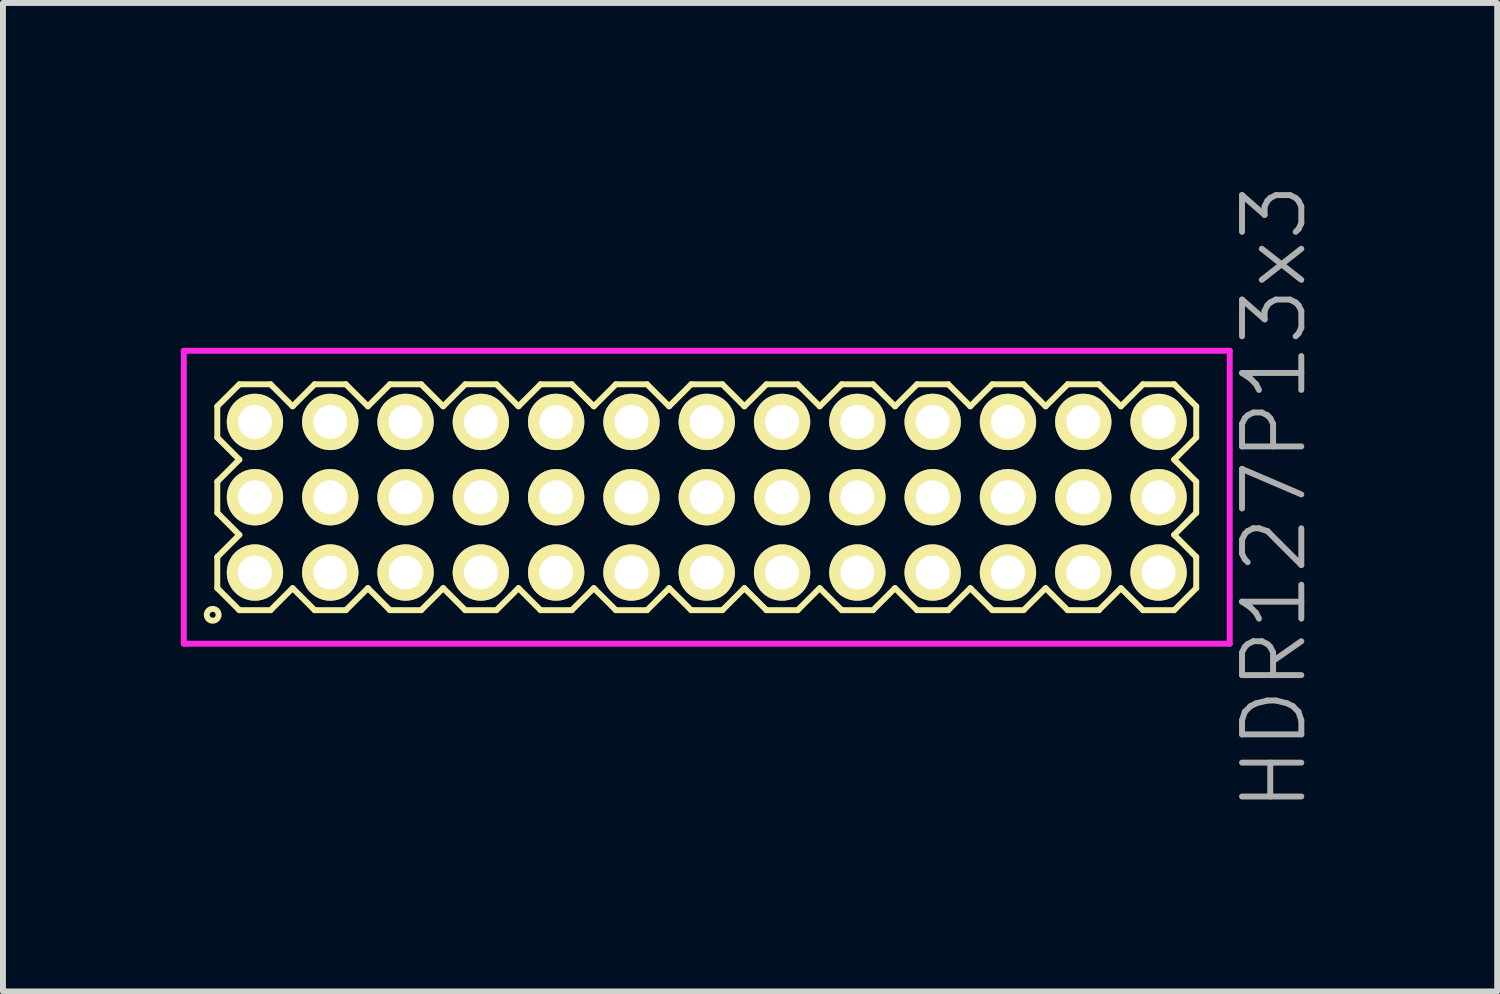
<source format=kicad_pcb>
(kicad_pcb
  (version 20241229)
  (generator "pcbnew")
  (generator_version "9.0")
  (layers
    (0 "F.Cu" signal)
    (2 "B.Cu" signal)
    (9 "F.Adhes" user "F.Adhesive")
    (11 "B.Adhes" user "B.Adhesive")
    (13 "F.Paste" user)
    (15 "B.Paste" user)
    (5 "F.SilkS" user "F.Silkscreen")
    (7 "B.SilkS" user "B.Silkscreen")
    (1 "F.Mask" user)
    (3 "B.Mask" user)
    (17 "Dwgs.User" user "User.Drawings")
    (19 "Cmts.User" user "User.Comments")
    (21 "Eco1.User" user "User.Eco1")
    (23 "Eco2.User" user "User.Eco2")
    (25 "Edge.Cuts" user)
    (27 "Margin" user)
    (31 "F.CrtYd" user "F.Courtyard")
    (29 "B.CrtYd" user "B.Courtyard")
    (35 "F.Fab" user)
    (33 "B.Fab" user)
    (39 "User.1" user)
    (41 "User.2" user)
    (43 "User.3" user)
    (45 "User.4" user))
  (footprint "HDR127P13x3"
    (layer "F.Cu")
    (at 8.87 5.336)
    (property "Reference" "HDR127P13x3" (at 9.57 0 90) (layer "F.Fab") (effects (font (size 1 1) (thickness 0.1))))
    (attr through_hole)
    (fp_line (start -8.255 -1.533) (end -7.883 -1.905) (stroke (width 0.1) (type solid)) (layer "F.SilkS"))
    (fp_line (start -8.255 -1.007) (end -8.255 -1.533) (stroke (width 0.1) (type solid)) (layer "F.SilkS"))
    (fp_line (start -8.255 -0.263) (end -7.883 -0.635) (stroke (width 0.1) (type solid)) (layer "F.SilkS"))
    (fp_line (start -8.255 0.263) (end -8.255 -0.263) (stroke (width 0.1) (type solid)) (layer "F.SilkS"))
    (fp_line (start -8.255 1.007) (end -7.883 0.635) (stroke (width 0.1) (type solid)) (layer "F.SilkS"))
    (fp_line (start -8.255 1.533) (end -8.255 1.007) (stroke (width 0.1) (type solid)) (layer "F.SilkS"))
    (fp_line (start -7.883 -1.905) (end -7.357 -1.905) (stroke (width 0.1) (type solid)) (layer "F.SilkS"))
    (fp_line (start -7.883 -0.635) (end -8.255 -1.007) (stroke (width 0.1) (type solid)) (layer "F.SilkS"))
    (fp_line (start -7.883 0.635) (end -8.255 0.263) (stroke (width 0.1) (type solid)) (layer "F.SilkS"))
    (fp_line (start -7.883 1.905) (end -8.255 1.533) (stroke (width 0.1) (type solid)) (layer "F.SilkS"))
    (fp_line (start -7.357 -1.905) (end -6.985 -1.533) (stroke (width 0.1) (type solid)) (layer "F.SilkS"))
    (fp_line (start -7.357 1.905) (end -7.883 1.905) (stroke (width 0.1) (type solid)) (layer "F.SilkS"))
    (fp_line (start -6.985 -1.533) (end -6.613 -1.905) (stroke (width 0.1) (type solid)) (layer "F.SilkS"))
    (fp_line (start -6.985 1.533) (end -7.357 1.905) (stroke (width 0.1) (type solid)) (layer "F.SilkS"))
    (fp_line (start -6.613 -1.905) (end -6.087 -1.905) (stroke (width 0.1) (type solid)) (layer "F.SilkS"))
    (fp_line (start -6.613 1.905) (end -6.985 1.533) (stroke (width 0.1) (type solid)) (layer "F.SilkS"))
    (fp_line (start -6.087 -1.905) (end -5.715 -1.533) (stroke (width 0.1) (type solid)) (layer "F.SilkS"))
    (fp_line (start -6.087 1.905) (end -6.613 1.905) (stroke (width 0.1) (type solid)) (layer "F.SilkS"))
    (fp_line (start -5.715 -1.533) (end -5.343 -1.905) (stroke (width 0.1) (type solid)) (layer "F.SilkS"))
    (fp_line (start -5.715 1.533) (end -6.087 1.905) (stroke (width 0.1) (type solid)) (layer "F.SilkS"))
    (fp_line (start -5.343 -1.905) (end -4.817 -1.905) (stroke (width 0.1) (type solid)) (layer "F.SilkS"))
    (fp_line (start -5.343 1.905) (end -5.715 1.533) (stroke (width 0.1) (type solid)) (layer "F.SilkS"))
    (fp_line (start -4.817 -1.905) (end -4.445 -1.533) (stroke (width 0.1) (type solid)) (layer "F.SilkS"))
    (fp_line (start -4.817 1.905) (end -5.343 1.905) (stroke (width 0.1) (type solid)) (layer "F.SilkS"))
    (fp_line (start -4.445 -1.533) (end -4.073 -1.905) (stroke (width 0.1) (type solid)) (layer "F.SilkS"))
    (fp_line (start -4.445 1.533) (end -4.817 1.905) (stroke (width 0.1) (type solid)) (layer "F.SilkS"))
    (fp_line (start -4.073 -1.905) (end -3.547 -1.905) (stroke (width 0.1) (type solid)) (layer "F.SilkS"))
    (fp_line (start -4.073 1.905) (end -4.445 1.533) (stroke (width 0.1) (type solid)) (layer "F.SilkS"))
    (fp_line (start -3.547 -1.905) (end -3.175 -1.533) (stroke (width 0.1) (type solid)) (layer "F.SilkS"))
    (fp_line (start -3.547 1.905) (end -4.073 1.905) (stroke (width 0.1) (type solid)) (layer "F.SilkS"))
    (fp_line (start -3.175 -1.533) (end -2.803 -1.905) (stroke (width 0.1) (type solid)) (layer "F.SilkS"))
    (fp_line (start -3.175 1.533) (end -3.547 1.905) (stroke (width 0.1) (type solid)) (layer "F.SilkS"))
    (fp_line (start -2.803 -1.905) (end -2.277 -1.905) (stroke (width 0.1) (type solid)) (layer "F.SilkS"))
    (fp_line (start -2.803 1.905) (end -3.175 1.533) (stroke (width 0.1) (type solid)) (layer "F.SilkS"))
    (fp_line (start -2.277 -1.905) (end -1.905 -1.533) (stroke (width 0.1) (type solid)) (layer "F.SilkS"))
    (fp_line (start -2.277 1.905) (end -2.803 1.905) (stroke (width 0.1) (type solid)) (layer "F.SilkS"))
    (fp_line (start -1.905 -1.533) (end -1.533 -1.905) (stroke (width 0.1) (type solid)) (layer "F.SilkS"))
    (fp_line (start -1.905 1.533) (end -2.277 1.905) (stroke (width 0.1) (type solid)) (layer "F.SilkS"))
    (fp_line (start -1.533 -1.905) (end -1.007 -1.905) (stroke (width 0.1) (type solid)) (layer "F.SilkS"))
    (fp_line (start -1.533 1.905) (end -1.905 1.533) (stroke (width 0.1) (type solid)) (layer "F.SilkS"))
    (fp_line (start -1.007 -1.905) (end -0.635 -1.533) (stroke (width 0.1) (type solid)) (layer "F.SilkS"))
    (fp_line (start -1.007 1.905) (end -1.533 1.905) (stroke (width 0.1) (type solid)) (layer "F.SilkS"))
    (fp_line (start -0.635 -1.533) (end -0.263 -1.905) (stroke (width 0.1) (type solid)) (layer "F.SilkS"))
    (fp_line (start -0.635 1.533) (end -1.007 1.905) (stroke (width 0.1) (type solid)) (layer "F.SilkS"))
    (fp_line (start -0.263 -1.905) (end 0.263 -1.905) (stroke (width 0.1) (type solid)) (layer "F.SilkS"))
    (fp_line (start -0.263 1.905) (end -0.635 1.533) (stroke (width 0.1) (type solid)) (layer "F.SilkS"))
    (fp_line (start 0.263 -1.905) (end 0.635 -1.533) (stroke (width 0.1) (type solid)) (layer "F.SilkS"))
    (fp_line (start 0.263 1.905) (end -0.263 1.905) (stroke (width 0.1) (type solid)) (layer "F.SilkS"))
    (fp_line (start 0.635 -1.533) (end 1.007 -1.905) (stroke (width 0.1) (type solid)) (layer "F.SilkS"))
    (fp_line (start 0.635 1.533) (end 0.263 1.905) (stroke (width 0.1) (type solid)) (layer "F.SilkS"))
    (fp_line (start 1.007 -1.905) (end 1.533 -1.905) (stroke (width 0.1) (type solid)) (layer "F.SilkS"))
    (fp_line (start 1.007 1.905) (end 0.635 1.533) (stroke (width 0.1) (type solid)) (layer "F.SilkS"))
    (fp_line (start 1.533 -1.905) (end 1.905 -1.533) (stroke (width 0.1) (type solid)) (layer "F.SilkS"))
    (fp_line (start 1.533 1.905) (end 1.007 1.905) (stroke (width 0.1) (type solid)) (layer "F.SilkS"))
    (fp_line (start 1.905 -1.533) (end 2.277 -1.905) (stroke (width 0.1) (type solid)) (layer "F.SilkS"))
    (fp_line (start 1.905 1.533) (end 1.533 1.905) (stroke (width 0.1) (type solid)) (layer "F.SilkS"))
    (fp_line (start 2.277 -1.905) (end 2.803 -1.905) (stroke (width 0.1) (type solid)) (layer "F.SilkS"))
    (fp_line (start 2.277 1.905) (end 1.905 1.533) (stroke (width 0.1) (type solid)) (layer "F.SilkS"))
    (fp_line (start 2.803 -1.905) (end 3.175 -1.533) (stroke (width 0.1) (type solid)) (layer "F.SilkS"))
    (fp_line (start 2.803 1.905) (end 2.277 1.905) (stroke (width 0.1) (type solid)) (layer "F.SilkS"))
    (fp_line (start 3.175 -1.533) (end 3.547 -1.905) (stroke (width 0.1) (type solid)) (layer "F.SilkS"))
    (fp_line (start 3.175 1.533) (end 2.803 1.905) (stroke (width 0.1) (type solid)) (layer "F.SilkS"))
    (fp_line (start 3.547 -1.905) (end 4.073 -1.905) (stroke (width 0.1) (type solid)) (layer "F.SilkS"))
    (fp_line (start 3.547 1.905) (end 3.175 1.533) (stroke (width 0.1) (type solid)) (layer "F.SilkS"))
    (fp_line (start 4.073 -1.905) (end 4.445 -1.533) (stroke (width 0.1) (type solid)) (layer "F.SilkS"))
    (fp_line (start 4.073 1.905) (end 3.547 1.905) (stroke (width 0.1) (type solid)) (layer "F.SilkS"))
    (fp_line (start 4.445 -1.533) (end 4.817 -1.905) (stroke (width 0.1) (type solid)) (layer "F.SilkS"))
    (fp_line (start 4.445 1.533) (end 4.073 1.905) (stroke (width 0.1) (type solid)) (layer "F.SilkS"))
    (fp_line (start 4.817 -1.905) (end 5.343 -1.905) (stroke (width 0.1) (type solid)) (layer "F.SilkS"))
    (fp_line (start 4.817 1.905) (end 4.445 1.533) (stroke (width 0.1) (type solid)) (layer "F.SilkS"))
    (fp_line (start 5.343 -1.905) (end 5.715 -1.533) (stroke (width 0.1) (type solid)) (layer "F.SilkS"))
    (fp_line (start 5.343 1.905) (end 4.817 1.905) (stroke (width 0.1) (type solid)) (layer "F.SilkS"))
    (fp_line (start 5.715 -1.533) (end 6.087 -1.905) (stroke (width 0.1) (type solid)) (layer "F.SilkS"))
    (fp_line (start 5.715 1.533) (end 5.343 1.905) (stroke (width 0.1) (type solid)) (layer "F.SilkS"))
    (fp_line (start 6.087 -1.905) (end 6.613 -1.905) (stroke (width 0.1) (type solid)) (layer "F.SilkS"))
    (fp_line (start 6.087 1.905) (end 5.715 1.533) (stroke (width 0.1) (type solid)) (layer "F.SilkS"))
    (fp_line (start 6.613 -1.905) (end 6.985 -1.533) (stroke (width 0.1) (type solid)) (layer "F.SilkS"))
    (fp_line (start 6.613 1.905) (end 6.087 1.905) (stroke (width 0.1) (type solid)) (layer "F.SilkS"))
    (fp_line (start 6.985 -1.533) (end 7.357 -1.905) (stroke (width 0.1) (type solid)) (layer "F.SilkS"))
    (fp_line (start 6.985 1.533) (end 6.613 1.905) (stroke (width 0.1) (type solid)) (layer "F.SilkS"))
    (fp_line (start 7.357 -1.905) (end 7.883 -1.905) (stroke (width 0.1) (type solid)) (layer "F.SilkS"))
    (fp_line (start 7.357 1.905) (end 6.985 1.533) (stroke (width 0.1) (type solid)) (layer "F.SilkS"))
    (fp_line (start 7.883 -1.905) (end 8.255 -1.533) (stroke (width 0.1) (type solid)) (layer "F.SilkS"))
    (fp_line (start 7.883 -0.635) (end 8.255 -0.263) (stroke (width 0.1) (type solid)) (layer "F.SilkS"))
    (fp_line (start 7.883 0.635) (end 8.255 1.007) (stroke (width 0.1) (type solid)) (layer "F.SilkS"))
    (fp_line (start 7.883 1.905) (end 7.357 1.905) (stroke (width 0.1) (type solid)) (layer "F.SilkS"))
    (fp_line (start 8.255 -1.533) (end 8.255 -1.007) (stroke (width 0.1) (type solid)) (layer "F.SilkS"))
    (fp_line (start 8.255 -1.007) (end 7.883 -0.635) (stroke (width 0.1) (type solid)) (layer "F.SilkS"))
    (fp_line (start 8.255 -0.263) (end 8.255 0.263) (stroke (width 0.1) (type solid)) (layer "F.SilkS"))
    (fp_line (start 8.255 0.263) (end 7.883 0.635) (stroke (width 0.1) (type solid)) (layer "F.SilkS"))
    (fp_line (start 8.255 1.007) (end 8.255 1.533) (stroke (width 0.1) (type solid)) (layer "F.SilkS"))
    (fp_line (start 8.255 1.533) (end 7.883 1.905) (stroke (width 0.1) (type solid)) (layer "F.SilkS"))
    (fp_circle (center -8.333 1.983) (end -8.233 1.983) (stroke (width 0.1) (type solid)) (fill no) (layer "F.SilkS"))
    (fp_line (start -8.82 -2.47) (end -8.82 2.47) (stroke (width 0.1) (type solid)) (layer "F.CrtYd"))
    (fp_line (start -8.82 2.47) (end 8.82 2.47) (stroke (width 0.1) (type solid)) (layer "F.CrtYd"))
    (fp_line (start 8.82 -2.47) (end -8.82 -2.47) (stroke (width 0.1) (type solid)) (layer "F.CrtYd"))
    (fp_line (start 8.82 2.47) (end 8.82 -2.47) (stroke (width 0.1) (type solid)) (layer "F.CrtYd"))
    (pad "1" thru_hole oval (at -7.62 1.27) (size 0.95 0.95) (drill 0.57) (layers "*.Cu" "*.Mask" "F.SilkS"))
    (pad "2" thru_hole oval (at -7.62 0) (size 0.95 0.95) (drill 0.57) (layers "*.Cu" "*.Mask" "F.SilkS"))
    (pad "3" thru_hole oval (at -7.62 -1.27) (size 0.95 0.95) (drill 0.57) (layers "*.Cu" "*.Mask" "F.SilkS"))
    (pad "4" thru_hole oval (at -6.35 1.27) (size 0.95 0.95) (drill 0.57) (layers "*.Cu" "*.Mask" "F.SilkS"))
    (pad "5" thru_hole oval (at -6.35 0) (size 0.95 0.95) (drill 0.57) (layers "*.Cu" "*.Mask" "F.SilkS"))
    (pad "6" thru_hole oval (at -6.35 -1.27) (size 0.95 0.95) (drill 0.57) (layers "*.Cu" "*.Mask" "F.SilkS"))
    (pad "7" thru_hole oval (at -5.08 1.27) (size 0.95 0.95) (drill 0.57) (layers "*.Cu" "*.Mask" "F.SilkS"))
    (pad "8" thru_hole oval (at -5.08 0) (size 0.95 0.95) (drill 0.57) (layers "*.Cu" "*.Mask" "F.SilkS"))
    (pad "9" thru_hole oval (at -5.08 -1.27) (size 0.95 0.95) (drill 0.57) (layers "*.Cu" "*.Mask" "F.SilkS"))
    (pad "10" thru_hole oval (at -3.81 1.27) (size 0.95 0.95) (drill 0.57) (layers "*.Cu" "*.Mask" "F.SilkS"))
    (pad "11" thru_hole oval (at -3.81 0) (size 0.95 0.95) (drill 0.57) (layers "*.Cu" "*.Mask" "F.SilkS"))
    (pad "12" thru_hole oval (at -3.81 -1.27) (size 0.95 0.95) (drill 0.57) (layers "*.Cu" "*.Mask" "F.SilkS"))
    (pad "13" thru_hole oval (at -2.54 1.27) (size 0.95 0.95) (drill 0.57) (layers "*.Cu" "*.Mask" "F.SilkS"))
    (pad "14" thru_hole oval (at -2.54 0) (size 0.95 0.95) (drill 0.57) (layers "*.Cu" "*.Mask" "F.SilkS"))
    (pad "15" thru_hole oval (at -2.54 -1.27) (size 0.95 0.95) (drill 0.57) (layers "*.Cu" "*.Mask" "F.SilkS"))
    (pad "16" thru_hole oval (at -1.27 1.27) (size 0.95 0.95) (drill 0.57) (layers "*.Cu" "*.Mask" "F.SilkS"))
    (pad "17" thru_hole oval (at -1.27 0) (size 0.95 0.95) (drill 0.57) (layers "*.Cu" "*.Mask" "F.SilkS"))
    (pad "18" thru_hole oval (at -1.27 -1.27) (size 0.95 0.95) (drill 0.57) (layers "*.Cu" "*.Mask" "F.SilkS"))
    (pad "19" thru_hole oval (at 0 1.27) (size 0.95 0.95) (drill 0.57) (layers "*.Cu" "*.Mask" "F.SilkS"))
    (pad "20" thru_hole oval (at 0 0) (size 0.95 0.95) (drill 0.57) (layers "*.Cu" "*.Mask" "F.SilkS"))
    (pad "21" thru_hole oval (at 0 -1.27) (size 0.95 0.95) (drill 0.57) (layers "*.Cu" "*.Mask" "F.SilkS"))
    (pad "22" thru_hole oval (at 1.27 1.27) (size 0.95 0.95) (drill 0.57) (layers "*.Cu" "*.Mask" "F.SilkS"))
    (pad "23" thru_hole oval (at 1.27 0) (size 0.95 0.95) (drill 0.57) (layers "*.Cu" "*.Mask" "F.SilkS"))
    (pad "24" thru_hole oval (at 1.27 -1.27) (size 0.95 0.95) (drill 0.57) (layers "*.Cu" "*.Mask" "F.SilkS"))
    (pad "25" thru_hole oval (at 2.54 1.27) (size 0.95 0.95) (drill 0.57) (layers "*.Cu" "*.Mask" "F.SilkS"))
    (pad "26" thru_hole oval (at 2.54 0) (size 0.95 0.95) (drill 0.57) (layers "*.Cu" "*.Mask" "F.SilkS"))
    (pad "27" thru_hole oval (at 2.54 -1.27) (size 0.95 0.95) (drill 0.57) (layers "*.Cu" "*.Mask" "F.SilkS"))
    (pad "28" thru_hole oval (at 3.81 1.27) (size 0.95 0.95) (drill 0.57) (layers "*.Cu" "*.Mask" "F.SilkS"))
    (pad "29" thru_hole oval (at 3.81 0) (size 0.95 0.95) (drill 0.57) (layers "*.Cu" "*.Mask" "F.SilkS"))
    (pad "30" thru_hole oval (at 3.81 -1.27) (size 0.95 0.95) (drill 0.57) (layers "*.Cu" "*.Mask" "F.SilkS"))
    (pad "31" thru_hole oval (at 5.08 1.27) (size 0.95 0.95) (drill 0.57) (layers "*.Cu" "*.Mask" "F.SilkS"))
    (pad "32" thru_hole oval (at 5.08 0) (size 0.95 0.95) (drill 0.57) (layers "*.Cu" "*.Mask" "F.SilkS"))
    (pad "33" thru_hole oval (at 5.08 -1.27) (size 0.95 0.95) (drill 0.57) (layers "*.Cu" "*.Mask" "F.SilkS"))
    (pad "34" thru_hole oval (at 6.35 1.27) (size 0.95 0.95) (drill 0.57) (layers "*.Cu" "*.Mask" "F.SilkS"))
    (pad "35" thru_hole oval (at 6.35 0) (size 0.95 0.95) (drill 0.57) (layers "*.Cu" "*.Mask" "F.SilkS"))
    (pad "36" thru_hole oval (at 6.35 -1.27) (size 0.95 0.95) (drill 0.57) (layers "*.Cu" "*.Mask" "F.SilkS"))
    (pad "37" thru_hole oval (at 7.62 1.27) (size 0.95 0.95) (drill 0.57) (layers "*.Cu" "*.Mask" "F.SilkS"))
    (pad "38" thru_hole oval (at 7.62 0) (size 0.95 0.95) (drill 0.57) (layers "*.Cu" "*.Mask" "F.SilkS"))
    (pad "39" thru_hole oval (at 7.62 -1.27) (size 0.95 0.95) (drill 0.57) (layers "*.Cu" "*.Mask" "F.SilkS")))
  (gr_rect
    (start -3 -3)
    (end 22.201 13.671)
    (stroke (width 0.1) (type default))
    (fill no)
    (layer "Edge.Cuts")))
</source>
